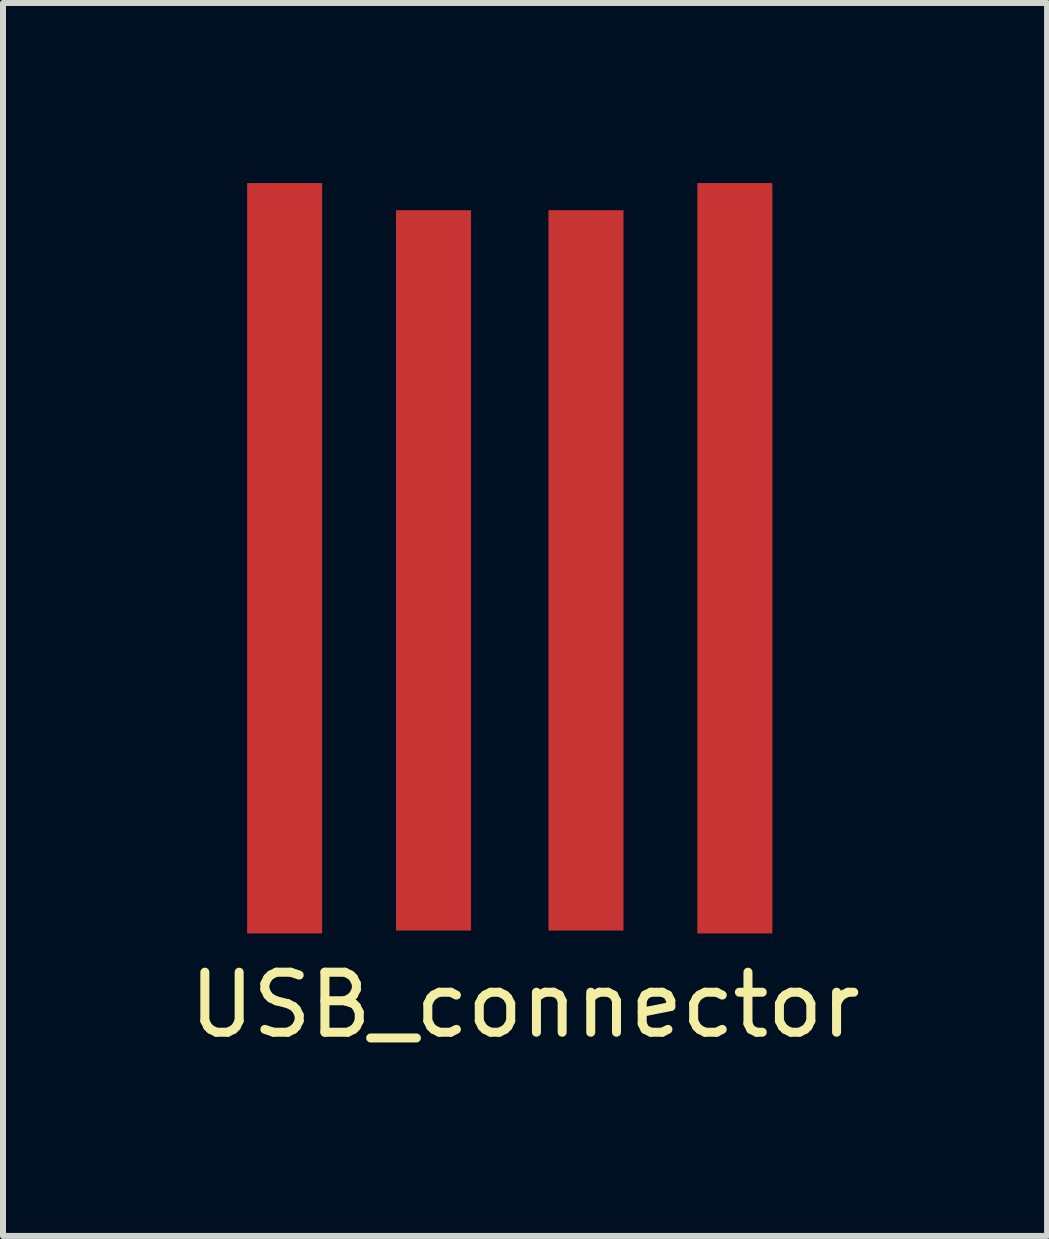
<source format=kicad_pcb>
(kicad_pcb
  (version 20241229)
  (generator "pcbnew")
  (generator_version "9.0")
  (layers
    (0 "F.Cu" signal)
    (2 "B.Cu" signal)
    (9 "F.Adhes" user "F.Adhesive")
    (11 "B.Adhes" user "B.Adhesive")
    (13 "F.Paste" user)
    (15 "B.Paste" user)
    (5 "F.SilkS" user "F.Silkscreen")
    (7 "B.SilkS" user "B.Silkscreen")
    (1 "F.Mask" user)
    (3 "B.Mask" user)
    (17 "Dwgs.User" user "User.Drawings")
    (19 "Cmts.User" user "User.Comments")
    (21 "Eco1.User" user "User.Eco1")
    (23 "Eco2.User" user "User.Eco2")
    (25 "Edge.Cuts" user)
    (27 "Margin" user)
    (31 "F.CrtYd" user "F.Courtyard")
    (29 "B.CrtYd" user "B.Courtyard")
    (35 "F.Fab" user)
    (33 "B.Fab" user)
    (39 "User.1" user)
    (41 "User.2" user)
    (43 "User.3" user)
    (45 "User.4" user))
  (footprint "USB_connector"
    (layer "F.Cu")
    (at 5.442 9.5)
    (property "Reference" "USB_connector" (at 0.254 4.191 0) (layer "F.SilkS") (effects (font (size 1 1) (thickness 0.15))))
    (attr through_hole)
    (pad "1" smd rect (at -3.75 -3.25) (size 1.25 12.5) (layers "F.Cu" "F.Mask" "F.Paste"))
    (pad "2" smd rect (at -1.27 -3.048) (size 1.25 12) (layers "F.Cu" "F.Mask" "F.Paste"))
    (pad "3" smd rect (at 1.27 -3.048) (size 1.25 12) (layers "F.Cu" "F.Mask" "F.Paste"))
    (pad "4" smd rect (at 3.75 -3.25) (size 1.25 12.5) (layers "F.Cu" "F.Mask" "F.Paste")))
  (gr_rect
    (start -3 -3)
    (end 14.393 17.539)
    (stroke (width 0.1) (type default))
    (fill no)
    (layer "Edge.Cuts")))
</source>
